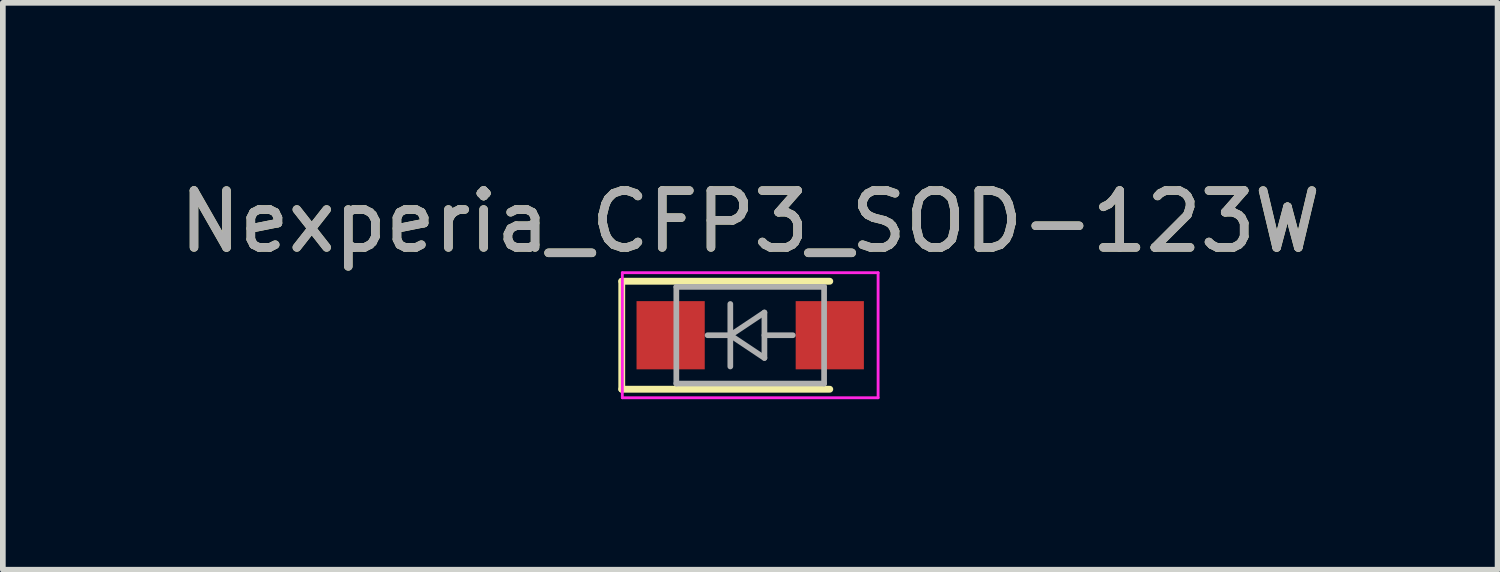
<source format=kicad_pcb>
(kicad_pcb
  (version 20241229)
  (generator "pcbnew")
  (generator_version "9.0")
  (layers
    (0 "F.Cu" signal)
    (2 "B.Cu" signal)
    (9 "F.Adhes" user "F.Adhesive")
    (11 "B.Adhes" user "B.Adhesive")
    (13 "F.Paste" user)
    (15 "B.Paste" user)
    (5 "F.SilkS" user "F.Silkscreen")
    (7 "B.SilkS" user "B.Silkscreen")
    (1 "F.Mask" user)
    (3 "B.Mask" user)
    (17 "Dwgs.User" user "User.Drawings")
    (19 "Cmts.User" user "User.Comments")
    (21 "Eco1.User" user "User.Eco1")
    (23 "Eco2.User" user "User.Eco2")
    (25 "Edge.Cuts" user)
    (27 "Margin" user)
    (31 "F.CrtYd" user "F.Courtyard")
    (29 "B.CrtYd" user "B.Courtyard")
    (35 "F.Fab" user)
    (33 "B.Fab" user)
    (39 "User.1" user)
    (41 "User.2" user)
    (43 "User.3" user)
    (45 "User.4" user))
  (footprint "Nexperia_CFP3_SOD-123W"
    (layer "F.Cu")
    (at 10.149 2.848)
    (property "Reference" "Nexperia_CFP3_SOD-123W" (at 0 -2 0) (layer "F.SilkS") (effects (font (size 1 1) (thickness 0.15))))
    (attr smd)
    (fp_line (start -2.26 -0.95) (end -2.26 0.95) (stroke (width 0.12) (type solid)) (layer "F.SilkS"))
    (fp_line (start -2.26 -0.95) (end 1.4 -0.95) (stroke (width 0.12) (type solid)) (layer "F.SilkS"))
    (fp_line (start -2.26 0.95) (end 1.4 0.95) (stroke (width 0.12) (type solid)) (layer "F.SilkS"))
    (fp_line (start -2.25 -1.1) (end -2.25 1.1) (stroke (width 0.05) (type solid)) (layer "F.CrtYd"))
    (fp_line (start -2.25 -1.1) (end 2.25 -1.1) (stroke (width 0.05) (type solid)) (layer "F.CrtYd"))
    (fp_line (start 2.25 -1.1) (end 2.25 1.1) (stroke (width 0.05) (type solid)) (layer "F.CrtYd"))
    (fp_line (start 2.25 1.1) (end -2.25 1.1) (stroke (width 0.05) (type solid)) (layer "F.CrtYd"))
    (fp_line (start -1.3 -0.85) (end 1.3 -0.85) (stroke (width 0.1) (type solid)) (layer "F.Fab"))
    (fp_line (start -1.3 0.85) (end -1.3 -0.85) (stroke (width 0.1) (type solid)) (layer "F.Fab"))
    (fp_line (start -0.75 0) (end -0.35 0) (stroke (width 0.1) (type solid)) (layer "F.Fab"))
    (fp_line (start -0.35 -0.55) (end -0.35 0.55) (stroke (width 0.1) (type solid)) (layer "F.Fab"))
    (fp_line (start -0.35 0) (end 0.25 -0.4) (stroke (width 0.1) (type solid)) (layer "F.Fab"))
    (fp_line (start -0.35 0) (end 0.25 0.4) (stroke (width 0.1) (type solid)) (layer "F.Fab"))
    (fp_line (start 0.25 -0.4) (end 0.25 0.4) (stroke (width 0.1) (type solid)) (layer "F.Fab"))
    (fp_line (start 0.75 0) (end 0.25 0) (stroke (width 0.1) (type solid)) (layer "F.Fab"))
    (fp_line (start 1.3 -0.85) (end 1.3 0.85) (stroke (width 0.1) (type solid)) (layer "F.Fab"))
    (fp_line (start 1.3 0.85) (end -1.3 0.85) (stroke (width 0.1) (type solid)) (layer "F.Fab"))
    (fp_text user "${REFERENCE}" (at 0 -2 0) (layer "F.Fab") (effects (font (size 1 1) (thickness 0.15))))
    (pad "1" smd rect (at -1.4 0) (size 1.2 1.2) (layers "F.Cu" "F.Mask" "F.Paste"))
    (pad "2" smd rect (at 1.4 0) (size 1.2 1.2) (layers "F.Cu" "F.Mask" "F.Paste")))
  (gr_rect
    (start -3 -3)
    (end 23.298 6.973)
    (stroke (width 0.1) (type default))
    (fill no)
    (layer "Edge.Cuts")))
</source>
